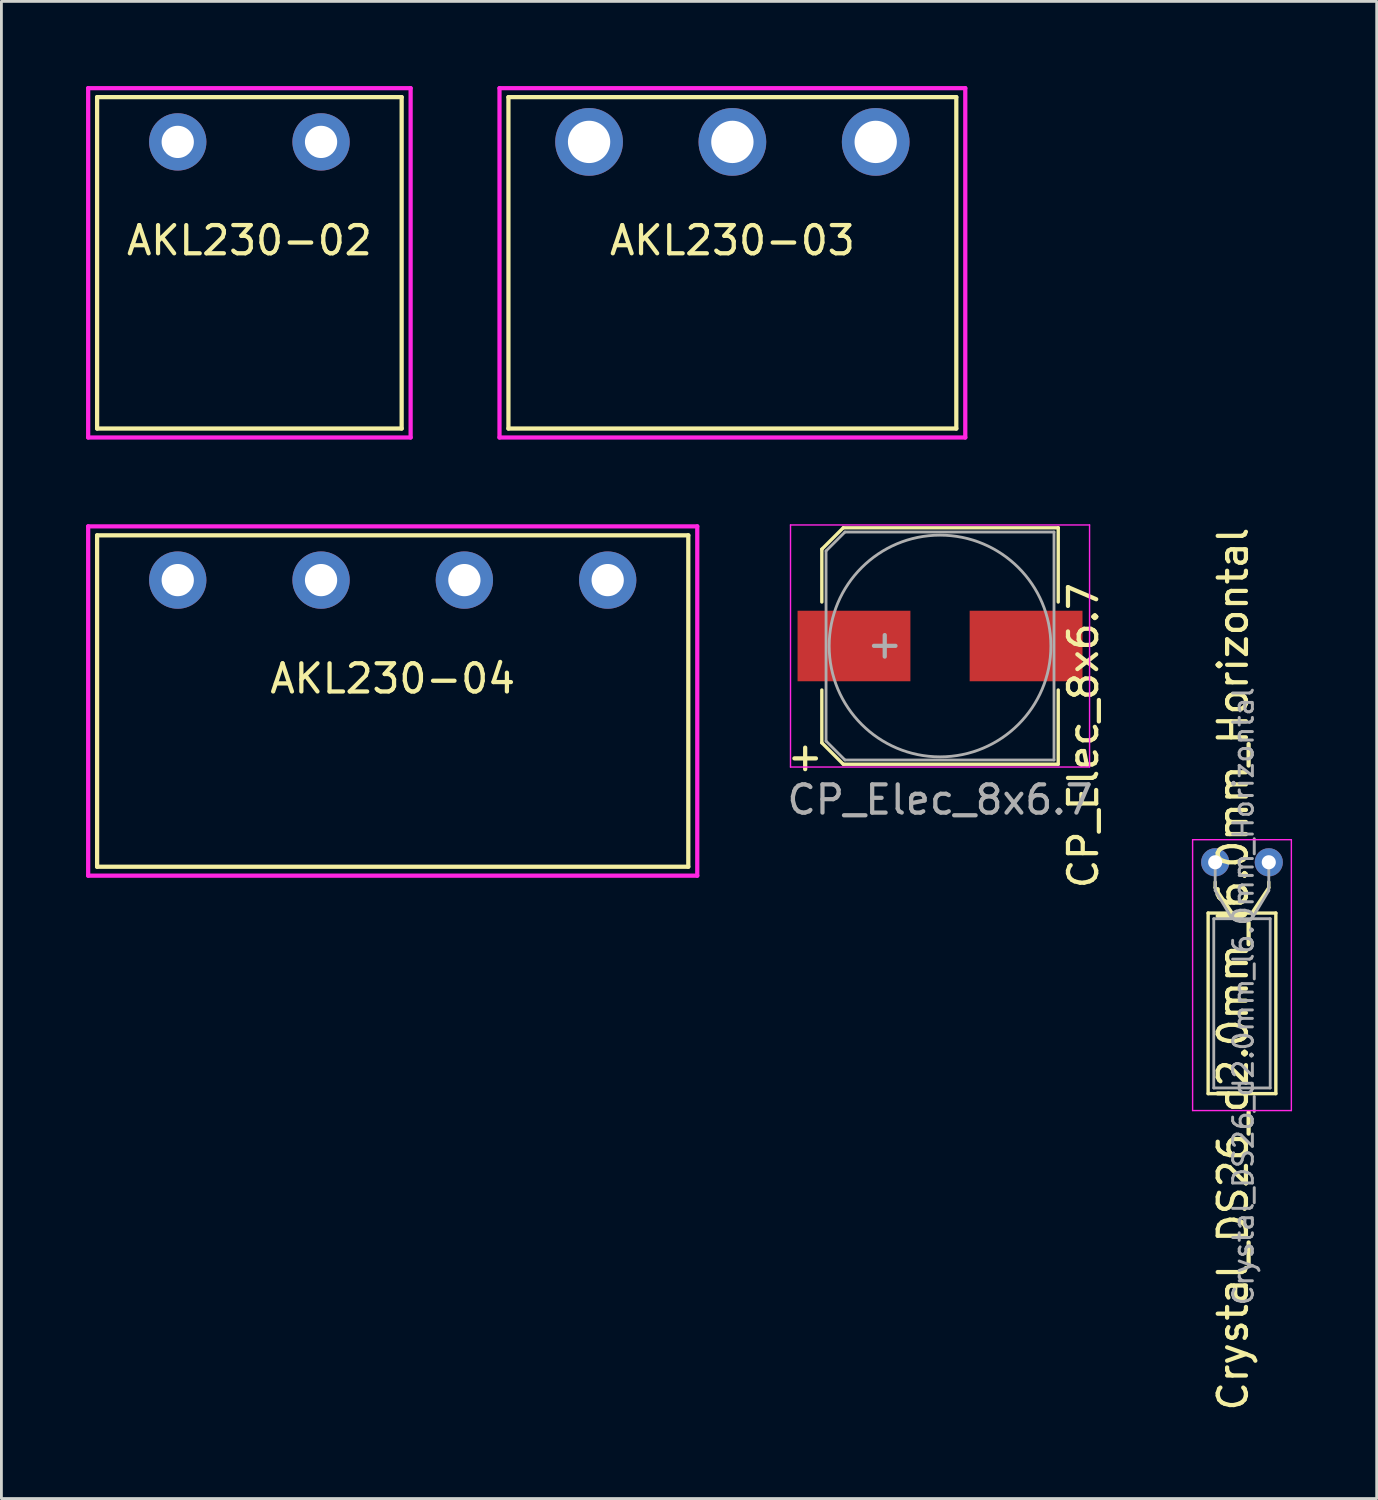
<source format=kicad_pcb>
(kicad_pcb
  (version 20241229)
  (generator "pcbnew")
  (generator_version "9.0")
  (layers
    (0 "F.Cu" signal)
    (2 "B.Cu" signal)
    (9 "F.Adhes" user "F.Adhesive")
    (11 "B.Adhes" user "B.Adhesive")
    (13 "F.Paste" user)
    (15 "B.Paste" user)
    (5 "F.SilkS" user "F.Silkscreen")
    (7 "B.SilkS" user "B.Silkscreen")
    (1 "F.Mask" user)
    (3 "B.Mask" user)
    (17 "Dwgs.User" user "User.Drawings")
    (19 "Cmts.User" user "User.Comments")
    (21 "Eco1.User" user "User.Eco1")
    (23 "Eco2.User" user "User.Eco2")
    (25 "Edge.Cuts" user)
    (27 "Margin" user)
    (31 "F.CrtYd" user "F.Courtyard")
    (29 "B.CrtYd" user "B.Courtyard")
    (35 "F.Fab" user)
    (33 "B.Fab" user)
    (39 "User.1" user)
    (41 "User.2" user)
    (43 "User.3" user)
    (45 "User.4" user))
  (footprint "AKL230-03"
    (layer "F.Cu")
    (at 27.99 1.98)
    (property "Reference" "AKL230-03" (at -5.08 3.493 0) (layer "F.SilkS") (effects (font (size 1 1) (thickness 0.15))))
    (attr through_hole)
    (fp_line (start -13.018 -1.587) (end 2.857 -1.587) (stroke (width 0.15) (type solid)) (layer "F.SilkS"))
    (fp_line (start -13.018 10.16) (end -13.018 -1.587) (stroke (width 0.15) (type solid)) (layer "F.SilkS"))
    (fp_line (start 2.857 -1.587) (end 2.857 10.16) (stroke (width 0.15) (type solid)) (layer "F.SilkS"))
    (fp_line (start 2.857 10.16) (end -13.018 10.16) (stroke (width 0.15) (type solid)) (layer "F.SilkS"))
    (fp_line (start -13.335 -1.905) (end -13.335 10.477) (stroke (width 0.15) (type solid)) (layer "F.CrtYd"))
    (fp_line (start -13.335 -1.905) (end 3.175 -1.905) (stroke (width 0.15) (type solid)) (layer "F.CrtYd"))
    (fp_line (start 3.175 10.477) (end -13.335 10.477) (stroke (width 0.15) (type solid)) (layer "F.CrtYd"))
    (fp_line (start 3.175 10.477) (end 3.175 -1.905) (stroke (width 0.15) (type solid)) (layer "F.CrtYd"))
    (pad "1" thru_hole circle (at 0 0) (size 2.4 2.4) (drill 1.5) (layers "*.Cu" "*.Mask"))
    (pad "2" thru_hole circle (at -5.08 0) (size 2.4 2.4) (drill 1.5) (layers "*.Cu" "*.Mask"))
    (pad "3" thru_hole circle (at -10.16 0) (size 2.4 2.4) (drill 1.5) (layers "*.Cu" "*.Mask")))
  (footprint "CP_Elec_8x6.7"
    (layer "F.Cu")
    (at 30.27 19.848)
    (property "Reference" "CP_Elec_8x6.7" (at 5.08 3.175 90) (layer "F.SilkS") (effects (font (size 1 1) (thickness 0.15))))
    (attr smd)
    (fp_line (start -4.19 -3.43) (end -4.19 -1.56) (stroke (width 0.12) (type solid)) (layer "F.SilkS"))
    (fp_line (start -4.19 -3.43) (end -3.43 -4.19) (stroke (width 0.12) (type solid)) (layer "F.SilkS"))
    (fp_line (start -4.19 3.43) (end -4.19 1.56) (stroke (width 0.12) (type solid)) (layer "F.SilkS"))
    (fp_line (start -3.43 -4.19) (end 4.19 -4.19) (stroke (width 0.12) (type solid)) (layer "F.SilkS"))
    (fp_line (start -3.43 4.19) (end -4.19 3.43) (stroke (width 0.12) (type solid)) (layer "F.SilkS"))
    (fp_line (start 4.19 -4.19) (end 4.19 -1.56) (stroke (width 0.12) (type solid)) (layer "F.SilkS"))
    (fp_line (start 4.19 4.19) (end -3.43 4.19) (stroke (width 0.12) (type solid)) (layer "F.SilkS"))
    (fp_line (start 4.19 4.19) (end 4.19 1.56) (stroke (width 0.12) (type solid)) (layer "F.SilkS"))
    (fp_line (start -5.3 -4.29) (end -5.3 4.29) (stroke (width 0.05) (type solid)) (layer "F.CrtYd"))
    (fp_line (start -5.3 -4.29) (end 5.3 -4.29) (stroke (width 0.05) (type solid)) (layer "F.CrtYd"))
    (fp_line (start 5.3 4.29) (end -5.3 4.29) (stroke (width 0.05) (type solid)) (layer "F.CrtYd"))
    (fp_line (start 5.3 4.29) (end 5.3 -4.29) (stroke (width 0.05) (type solid)) (layer "F.CrtYd"))
    (fp_line (start -4.04 -3.37) (end -4.04 3.37) (stroke (width 0.1) (type solid)) (layer "F.Fab"))
    (fp_line (start -4.04 3.37) (end -3.37 4.04) (stroke (width 0.1) (type solid)) (layer "F.Fab"))
    (fp_line (start -3.37 -4.04) (end -4.04 -3.37) (stroke (width 0.1) (type solid)) (layer "F.Fab"))
    (fp_line (start -3.37 4.04) (end 4.04 4.04) (stroke (width 0.1) (type solid)) (layer "F.Fab"))
    (fp_line (start 4.04 -4.04) (end -3.37 -4.04) (stroke (width 0.1) (type solid)) (layer "F.Fab"))
    (fp_line (start 4.04 4.04) (end 4.04 -4.04) (stroke (width 0.1) (type solid)) (layer "F.Fab"))
    (fp_circle (center 0 0) (end 1 3.8) (stroke (width 0.1) (type solid)) (fill no) (layer "F.Fab"))
    (fp_text user "+" (at -4.78 3.91 0) (layer "F.SilkS") (effects (font (size 1 1) (thickness 0.15))))
    (fp_text user "+" (at -1.96 -0.08 0) (layer "F.Fab") (effects (font (size 1 1) (thickness 0.15))))
    (fp_text user "${REFERENCE}" (at 0 5.45 0) (layer "F.Fab") (effects (font (size 1 1) (thickness 0.15))))
    (pad "1" smd rect (at -3.05 0 180) (size 4 2.5) (layers "F.Cu" "F.Mask" "F.Paste"))
    (pad "2" smd rect (at 3.05 0 180) (size 4 2.5) (layers "F.Cu" "F.Mask" "F.Paste")))
  (footprint "AKL230-02"
    (layer "F.Cu")
    (at 8.33 1.98)
    (property "Reference" "AKL230-02" (at -2.54 3.493 0) (layer "F.SilkS") (effects (font (size 1 1) (thickness 0.15))))
    (attr through_hole)
    (fp_line (start -7.938 -1.587) (end 2.857 -1.587) (stroke (width 0.15) (type solid)) (layer "F.SilkS"))
    (fp_line (start -7.938 10.16) (end -7.938 -1.587) (stroke (width 0.15) (type solid)) (layer "F.SilkS"))
    (fp_line (start 2.857 -1.587) (end 2.857 10.16) (stroke (width 0.15) (type solid)) (layer "F.SilkS"))
    (fp_line (start 2.857 10.16) (end -7.938 10.16) (stroke (width 0.15) (type solid)) (layer "F.SilkS"))
    (fp_line (start -8.255 -1.905) (end -8.255 10.477) (stroke (width 0.15) (type solid)) (layer "F.CrtYd"))
    (fp_line (start -8.255 -1.905) (end 3.175 -1.905) (stroke (width 0.15) (type solid)) (layer "F.CrtYd"))
    (fp_line (start 3.175 10.477) (end -8.255 10.477) (stroke (width 0.15) (type solid)) (layer "F.CrtYd"))
    (fp_line (start 3.175 10.477) (end 3.175 -1.905) (stroke (width 0.15) (type solid)) (layer "F.CrtYd"))
    (pad "1" thru_hole circle (at 0 0) (size 2.032 2.032) (drill 1.143) (layers "*.Cu" "*.Mask"))
    (pad "2" thru_hole circle (at -5.08 0) (size 2.032 2.032) (drill 1.143) (layers "*.Cu" "*.Mask")))
  (footprint "AKL230-04"
    (layer "F.Cu")
    (at 18.49 17.512)
    (property "Reference" "AKL230-04" (at -7.62 3.493 0) (layer "F.SilkS") (effects (font (size 1 1) (thickness 0.15))))
    (attr through_hole)
    (fp_line (start -18.098 -1.587) (end 2.857 -1.587) (stroke (width 0.15) (type solid)) (layer "F.SilkS"))
    (fp_line (start -18.098 10.16) (end -18.098 -1.587) (stroke (width 0.15) (type solid)) (layer "F.SilkS"))
    (fp_line (start 2.857 -1.587) (end 2.857 10.16) (stroke (width 0.15) (type solid)) (layer "F.SilkS"))
    (fp_line (start 2.857 10.16) (end -18.098 10.16) (stroke (width 0.15) (type solid)) (layer "F.SilkS"))
    (fp_line (start -18.415 -1.905) (end -18.415 10.477) (stroke (width 0.15) (type solid)) (layer "F.CrtYd"))
    (fp_line (start -18.415 -1.905) (end 3.175 -1.905) (stroke (width 0.15) (type solid)) (layer "F.CrtYd"))
    (fp_line (start 3.175 10.477) (end -18.415 10.477) (stroke (width 0.15) (type solid)) (layer "F.CrtYd"))
    (fp_line (start 3.175 10.477) (end 3.175 -1.905) (stroke (width 0.15) (type solid)) (layer "F.CrtYd"))
    (pad "1" thru_hole circle (at 0 0) (size 2.032 2.032) (drill 1.143) (layers "*.Cu" "*.Mask"))
    (pad "2" thru_hole circle (at -5.08 0) (size 2.032 2.032) (drill 1.143) (layers "*.Cu" "*.Mask"))
    (pad "3" thru_hole circle (at -10.16 0) (size 2.032 2.032) (drill 1.143) (layers "*.Cu" "*.Mask"))
    (pad "4" thru_hole circle (at -15.24 0) (size 2.032 2.032) (drill 1.143) (layers "*.Cu" "*.Mask")))
  (footprint "Crystal_DS26_d2.0mm_l6.0mm_Horizontal"
    (layer "F.Cu")
    (at 40.023 27.514)
    (property "Reference" "Crystal_DS26_d2.0mm_l6.0mm_Horizontal" (at 0.635 3.786 90) (layer "F.SilkS") (effects (font (size 1 1) (thickness 0.15))))
    (attr through_hole)
    (fp_line (start -0.25 1.8) (end -0.25 8.2) (stroke (width 0.12) (type solid)) (layer "F.SilkS"))
    (fp_line (start -0.25 8.2) (end 2.15 8.2) (stroke (width 0.12) (type solid)) (layer "F.SilkS"))
    (fp_line (start 0 0.9) (end 0 0.7) (stroke (width 0.12) (type solid)) (layer "F.SilkS"))
    (fp_line (start 0.6 1.8) (end 0 0.9) (stroke (width 0.12) (type solid)) (layer "F.SilkS"))
    (fp_line (start 1.3 1.8) (end 1.9 0.9) (stroke (width 0.12) (type solid)) (layer "F.SilkS"))
    (fp_line (start 1.9 0.9) (end 1.9 0.7) (stroke (width 0.12) (type solid)) (layer "F.SilkS"))
    (fp_line (start 2.15 1.8) (end -0.25 1.8) (stroke (width 0.12) (type solid)) (layer "F.SilkS"))
    (fp_line (start 2.15 8.2) (end 2.15 1.8) (stroke (width 0.12) (type solid)) (layer "F.SilkS"))
    (fp_line (start -0.8 -0.8) (end -0.8 8.8) (stroke (width 0.05) (type solid)) (layer "F.CrtYd"))
    (fp_line (start -0.8 8.8) (end 2.7 8.8) (stroke (width 0.05) (type solid)) (layer "F.CrtYd"))
    (fp_line (start 2.7 -0.8) (end -0.8 -0.8) (stroke (width 0.05) (type solid)) (layer "F.CrtYd"))
    (fp_line (start 2.7 8.8) (end 2.7 -0.8) (stroke (width 0.05) (type solid)) (layer "F.CrtYd"))
    (fp_line (start -0.05 2) (end -0.05 8) (stroke (width 0.1) (type solid)) (layer "F.Fab"))
    (fp_line (start -0.05 8) (end 1.95 8) (stroke (width 0.1) (type solid)) (layer "F.Fab"))
    (fp_line (start 0 1) (end 0 0) (stroke (width 0.1) (type solid)) (layer "F.Fab"))
    (fp_line (start 0.6 2) (end 0 1) (stroke (width 0.1) (type solid)) (layer "F.Fab"))
    (fp_line (start 1.3 2) (end 1.9 1) (stroke (width 0.1) (type solid)) (layer "F.Fab"))
    (fp_line (start 1.9 1) (end 1.9 0) (stroke (width 0.1) (type solid)) (layer "F.Fab"))
    (fp_line (start 1.95 2) (end -0.05 2) (stroke (width 0.1) (type solid)) (layer "F.Fab"))
    (fp_line (start 1.95 8) (end 1.95 2) (stroke (width 0.1) (type solid)) (layer "F.Fab"))
    (fp_text user "${REFERENCE}" (at 1 4.75 90) (layer "F.Fab") (effects (font (size 0.7 0.7) (thickness 0.105))))
    (pad "1" thru_hole circle (at 0 0) (size 1 1) (drill 0.5) (layers "*.Cu" "*.Mask"))
    (pad "2" thru_hole circle (at 1.9 0) (size 1 1) (drill 0.5) (layers "*.Cu" "*.Mask")))
  (gr_rect
    (start -3 -3)
    (end 45.748 50.068)
    (stroke (width 0.1) (type default))
    (fill no)
    (layer "Edge.Cuts")))
</source>
